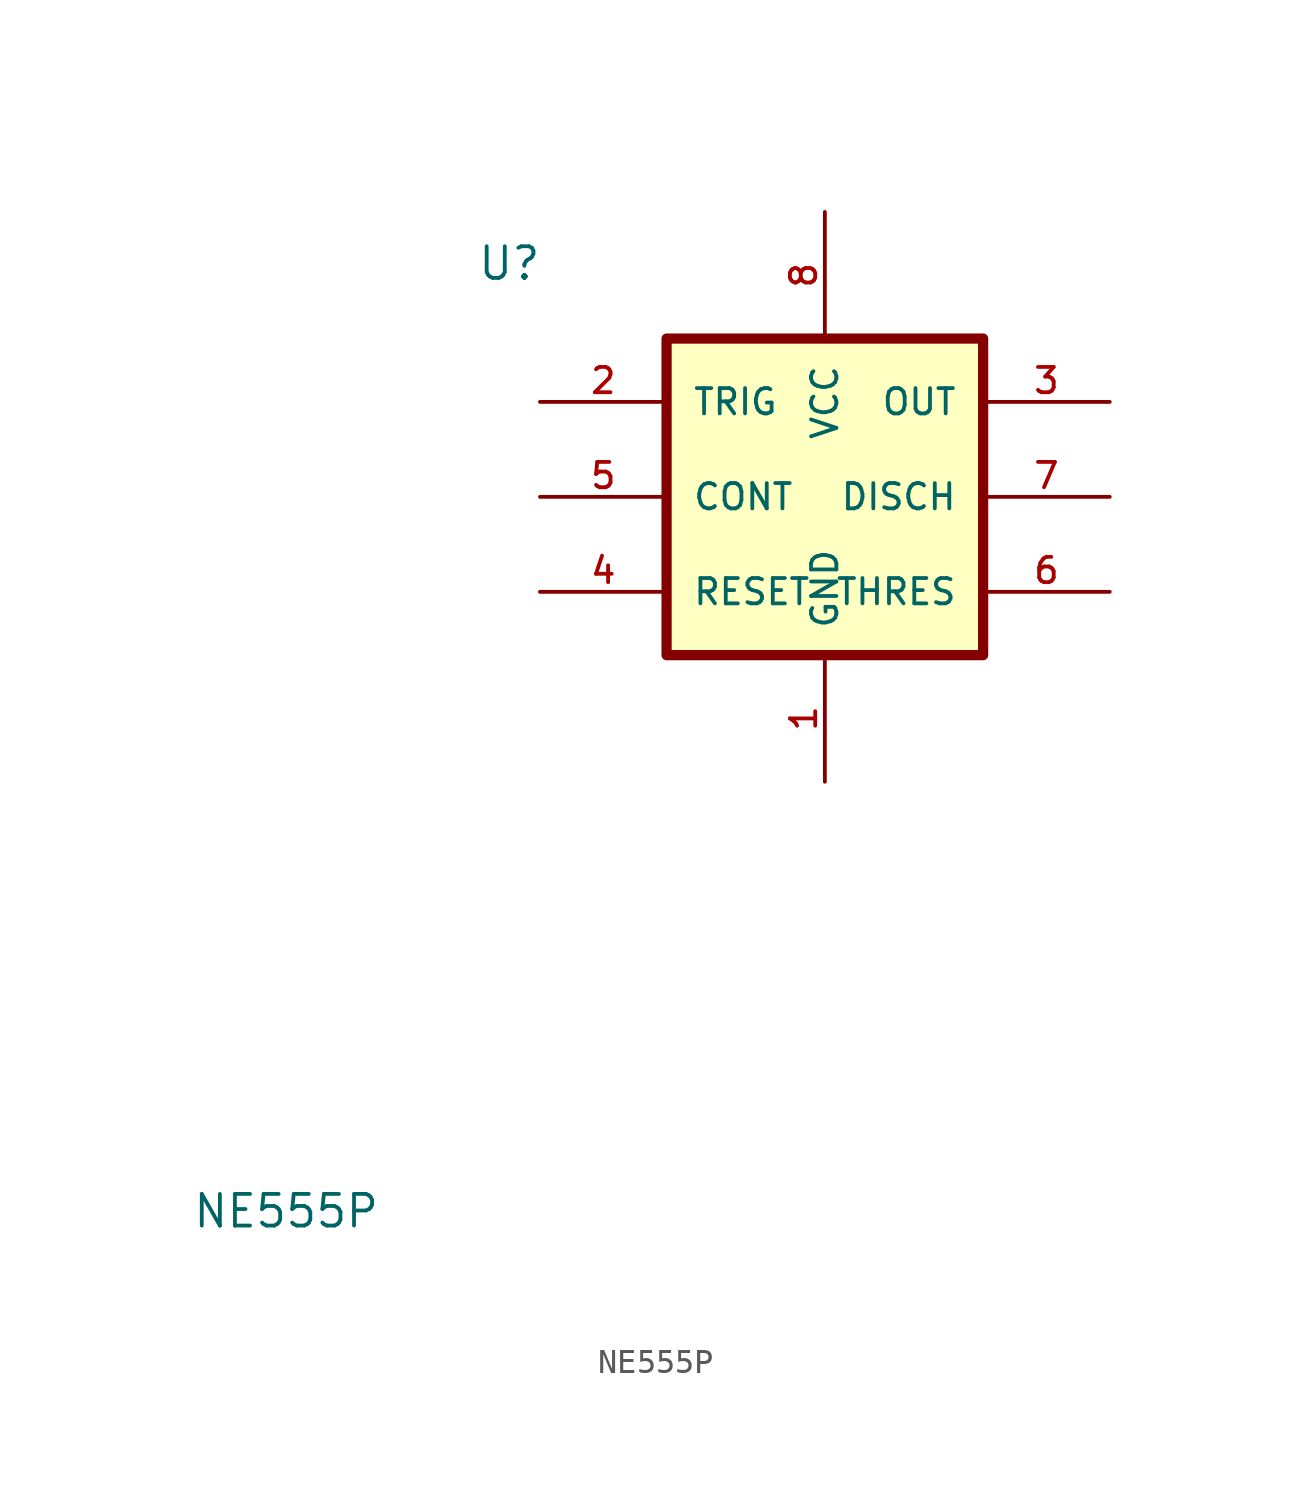
<source format=kicad_sym>
(kicad_symbol_lib
  (version 20220914)
  (generator kicad_symbol_editor)
  (symbol "NE555P"
    (pin_names
      (offset 1.016))
    (property "Reference" "U"
      (at -1.27 21.32 0)
      (effects (font (size 1.27 1.27)) (justify left bottom)))
    (property "Value" "NE555P"
      (at -12.7 -16.7 0)
      (effects (font (size 1.27 1.27)) (justify left bottom)))
    (symbol "NE555P_0_0"
      (pin output line (at 24.13 16.51 180) (length 5.08) (name "OUT" (effects (font (size 1.016 1.016)))) (number "3" (effects (font (size 1.016 1.016))))))
    (symbol "NE555P_1_0"
      (rectangle (start 6.35 19.05) (end 19.05 6.35) (stroke (width 0.41) (type default)) (fill (type background)))
      (pin power_in line (at 12.7 1.27 90) (length 5.08) (name "GND" (effects (font (size 1.016 1.016)))) (number "1" (effects (font (size 1.016 1.016)))))
      (pin input line (at 1.27 16.51 0) (length 5.08) (name "TRIG" (effects (font (size 1.016 1.016)))) (number "2" (effects (font (size 1.016 1.016)))))
      (pin input line (at 1.27 8.89 0) (length 5.08) (name "RESET" (effects (font (size 1.016 1.016)))) (number "4" (effects (font (size 1.016 1.016)))))
      (pin input line (at 1.27 12.7 0) (length 5.08) (name "CONT" (effects (font (size 1.016 1.016)))) (number "5" (effects (font (size 1.016 1.016)))))
      (pin input line (at 24.13 8.89 180) (length 5.08) (name "THRES" (effects (font (size 1.016 1.016)))) (number "6" (effects (font (size 1.016 1.016)))))
      (pin output line (at 24.13 12.7 180) (length 5.08) (name "DISCH" (effects (font (size 1.016 1.016)))) (number "7" (effects (font (size 1.016 1.016)))))
      (pin power_in line (at 12.7 24.13 270) (length 5.08) (name "VCC" (effects (font (size 1.016 1.016)))) (number "8" (effects (font (size 1.016 1.016))))))))
</source>
